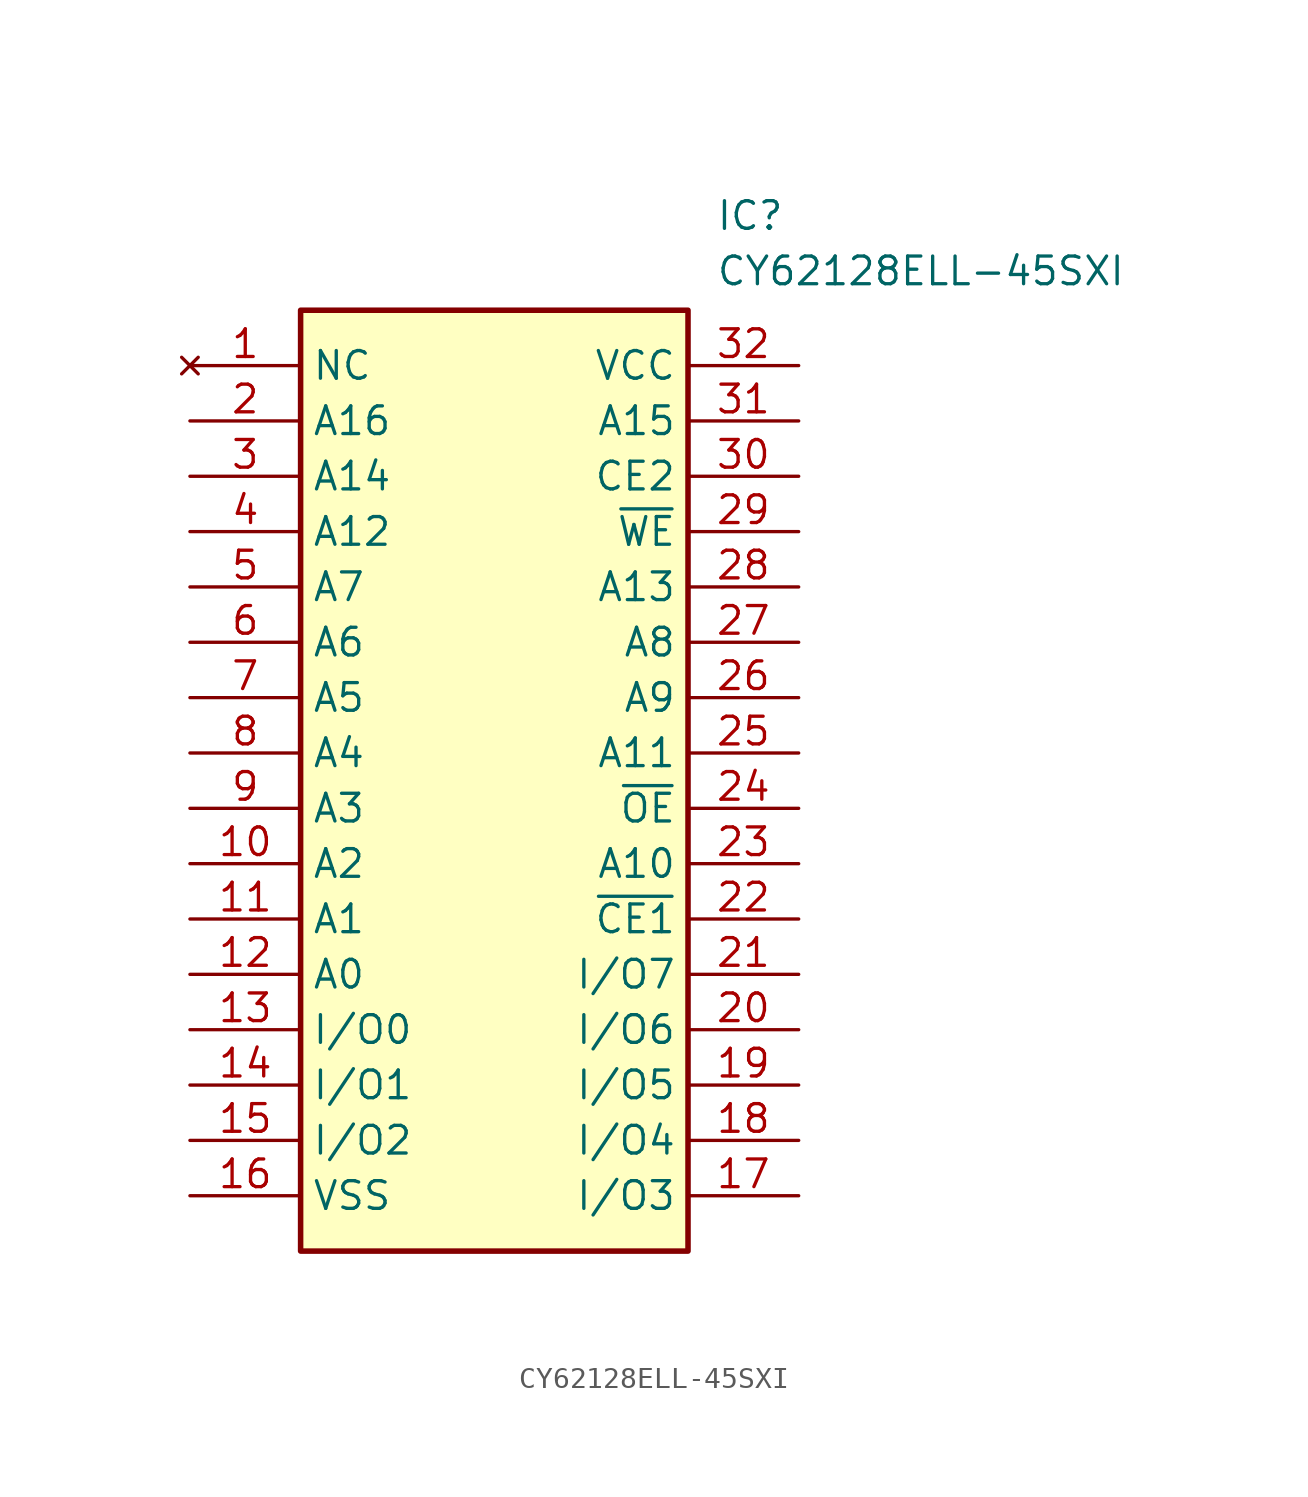
<source format=kicad_sym>
(kicad_symbol_lib
  (version 20211014)
  (generator SamacSys_ECAD_Model)
  (symbol "CY62128ELL-45SXI"
    (property "Reference" "IC"
      (at 24.13 7.62 0)
      (effects (font (size 1.27 1.27)) (justify left top)))
    (property "Value" "CY62128ELL-45SXI"
      (at 24.13 5.08 0)
      (effects (font (size 1.27 1.27)) (justify left top)))
    (rectangle
      (start 5.08 2.54)
      (end 22.86 -40.64)
      (stroke (width 0.254) (type default))
      (fill (type background)))
    (pin no_connect line
      (at 0 0 0)
      (length 5.08)
      (name "NC" (effects (font (size 1.27 1.27))))
      (number "1" (effects (font (size 1.27 1.27)))))
    (pin passive line
      (at 0 -2.54 0)
      (length 5.08)
      (name "A16" (effects (font (size 1.27 1.27))))
      (number "2" (effects (font (size 1.27 1.27)))))
    (pin passive line
      (at 0 -5.08 0)
      (length 5.08)
      (name "A14" (effects (font (size 1.27 1.27))))
      (number "3" (effects (font (size 1.27 1.27)))))
    (pin passive line
      (at 0 -7.62 0)
      (length 5.08)
      (name "A12" (effects (font (size 1.27 1.27))))
      (number "4" (effects (font (size 1.27 1.27)))))
    (pin passive line
      (at 0 -10.16 0)
      (length 5.08)
      (name "A7" (effects (font (size 1.27 1.27))))
      (number "5" (effects (font (size 1.27 1.27)))))
    (pin passive line
      (at 0 -12.7 0)
      (length 5.08)
      (name "A6" (effects (font (size 1.27 1.27))))
      (number "6" (effects (font (size 1.27 1.27)))))
    (pin passive line
      (at 0 -15.24 0)
      (length 5.08)
      (name "A5" (effects (font (size 1.27 1.27))))
      (number "7" (effects (font (size 1.27 1.27)))))
    (pin passive line
      (at 0 -17.78 0)
      (length 5.08)
      (name "A4" (effects (font (size 1.27 1.27))))
      (number "8" (effects (font (size 1.27 1.27)))))
    (pin passive line
      (at 0 -20.32 0)
      (length 5.08)
      (name "A3" (effects (font (size 1.27 1.27))))
      (number "9" (effects (font (size 1.27 1.27)))))
    (pin passive line
      (at 0 -22.86 0)
      (length 5.08)
      (name "A2" (effects (font (size 1.27 1.27))))
      (number "10" (effects (font (size 1.27 1.27)))))
    (pin passive line
      (at 0 -25.4 0)
      (length 5.08)
      (name "A1" (effects (font (size 1.27 1.27))))
      (number "11" (effects (font (size 1.27 1.27)))))
    (pin passive line
      (at 0 -27.94 0)
      (length 5.08)
      (name "A0" (effects (font (size 1.27 1.27))))
      (number "12" (effects (font (size 1.27 1.27)))))
    (pin passive line
      (at 0 -30.48 0)
      (length 5.08)
      (name "I/O0" (effects (font (size 1.27 1.27))))
      (number "13" (effects (font (size 1.27 1.27)))))
    (pin passive line
      (at 0 -33.02 0)
      (length 5.08)
      (name "I/O1" (effects (font (size 1.27 1.27))))
      (number "14" (effects (font (size 1.27 1.27)))))
    (pin passive line
      (at 0 -35.56 0)
      (length 5.08)
      (name "I/O2" (effects (font (size 1.27 1.27))))
      (number "15" (effects (font (size 1.27 1.27)))))
    (pin passive line
      (at 0 -38.1 0)
      (length 5.08)
      (name "VSS" (effects (font (size 1.27 1.27))))
      (number "16" (effects (font (size 1.27 1.27)))))
    (pin passive line
      (at 27.94 0 180)
      (length 5.08)
      (name "VCC" (effects (font (size 1.27 1.27))))
      (number "32" (effects (font (size 1.27 1.27)))))
    (pin passive line
      (at 27.94 -2.54 180)
      (length 5.08)
      (name "A15" (effects (font (size 1.27 1.27))))
      (number "31" (effects (font (size 1.27 1.27)))))
    (pin passive line
      (at 27.94 -5.08 180)
      (length 5.08)
      (name "CE2" (effects (font (size 1.27 1.27))))
      (number "30" (effects (font (size 1.27 1.27)))))
    (pin passive line
      (at 27.94 -7.62 180)
      (length 5.08)
      (name "~{WE}" (effects (font (size 1.27 1.27))))
      (number "29" (effects (font (size 1.27 1.27)))))
    (pin passive line
      (at 27.94 -10.16 180)
      (length 5.08)
      (name "A13" (effects (font (size 1.27 1.27))))
      (number "28" (effects (font (size 1.27 1.27)))))
    (pin passive line
      (at 27.94 -12.7 180)
      (length 5.08)
      (name "A8" (effects (font (size 1.27 1.27))))
      (number "27" (effects (font (size 1.27 1.27)))))
    (pin passive line
      (at 27.94 -15.24 180)
      (length 5.08)
      (name "A9" (effects (font (size 1.27 1.27))))
      (number "26" (effects (font (size 1.27 1.27)))))
    (pin passive line
      (at 27.94 -17.78 180)
      (length 5.08)
      (name "A11" (effects (font (size 1.27 1.27))))
      (number "25" (effects (font (size 1.27 1.27)))))
    (pin passive line
      (at 27.94 -20.32 180)
      (length 5.08)
      (name "~{OE}" (effects (font (size 1.27 1.27))))
      (number "24" (effects (font (size 1.27 1.27)))))
    (pin passive line
      (at 27.94 -22.86 180)
      (length 5.08)
      (name "A10" (effects (font (size 1.27 1.27))))
      (number "23" (effects (font (size 1.27 1.27)))))
    (pin passive line
      (at 27.94 -25.4 180)
      (length 5.08)
      (name "~{CE1}" (effects (font (size 1.27 1.27))))
      (number "22" (effects (font (size 1.27 1.27)))))
    (pin passive line
      (at 27.94 -27.94 180)
      (length 5.08)
      (name "I/O7" (effects (font (size 1.27 1.27))))
      (number "21" (effects (font (size 1.27 1.27)))))
    (pin passive line
      (at 27.94 -30.48 180)
      (length 5.08)
      (name "I/O6" (effects (font (size 1.27 1.27))))
      (number "20" (effects (font (size 1.27 1.27)))))
    (pin passive line
      (at 27.94 -33.02 180)
      (length 5.08)
      (name "I/O5" (effects (font (size 1.27 1.27))))
      (number "19" (effects (font (size 1.27 1.27)))))
    (pin passive line
      (at 27.94 -35.56 180)
      (length 5.08)
      (name "I/O4" (effects (font (size 1.27 1.27))))
      (number "18" (effects (font (size 1.27 1.27)))))
    (pin passive line
      (at 27.94 -38.1 180)
      (length 5.08)
      (name "I/O3" (effects (font (size 1.27 1.27))))
      (number "17" (effects (font (size 1.27 1.27)))))))
</source>
